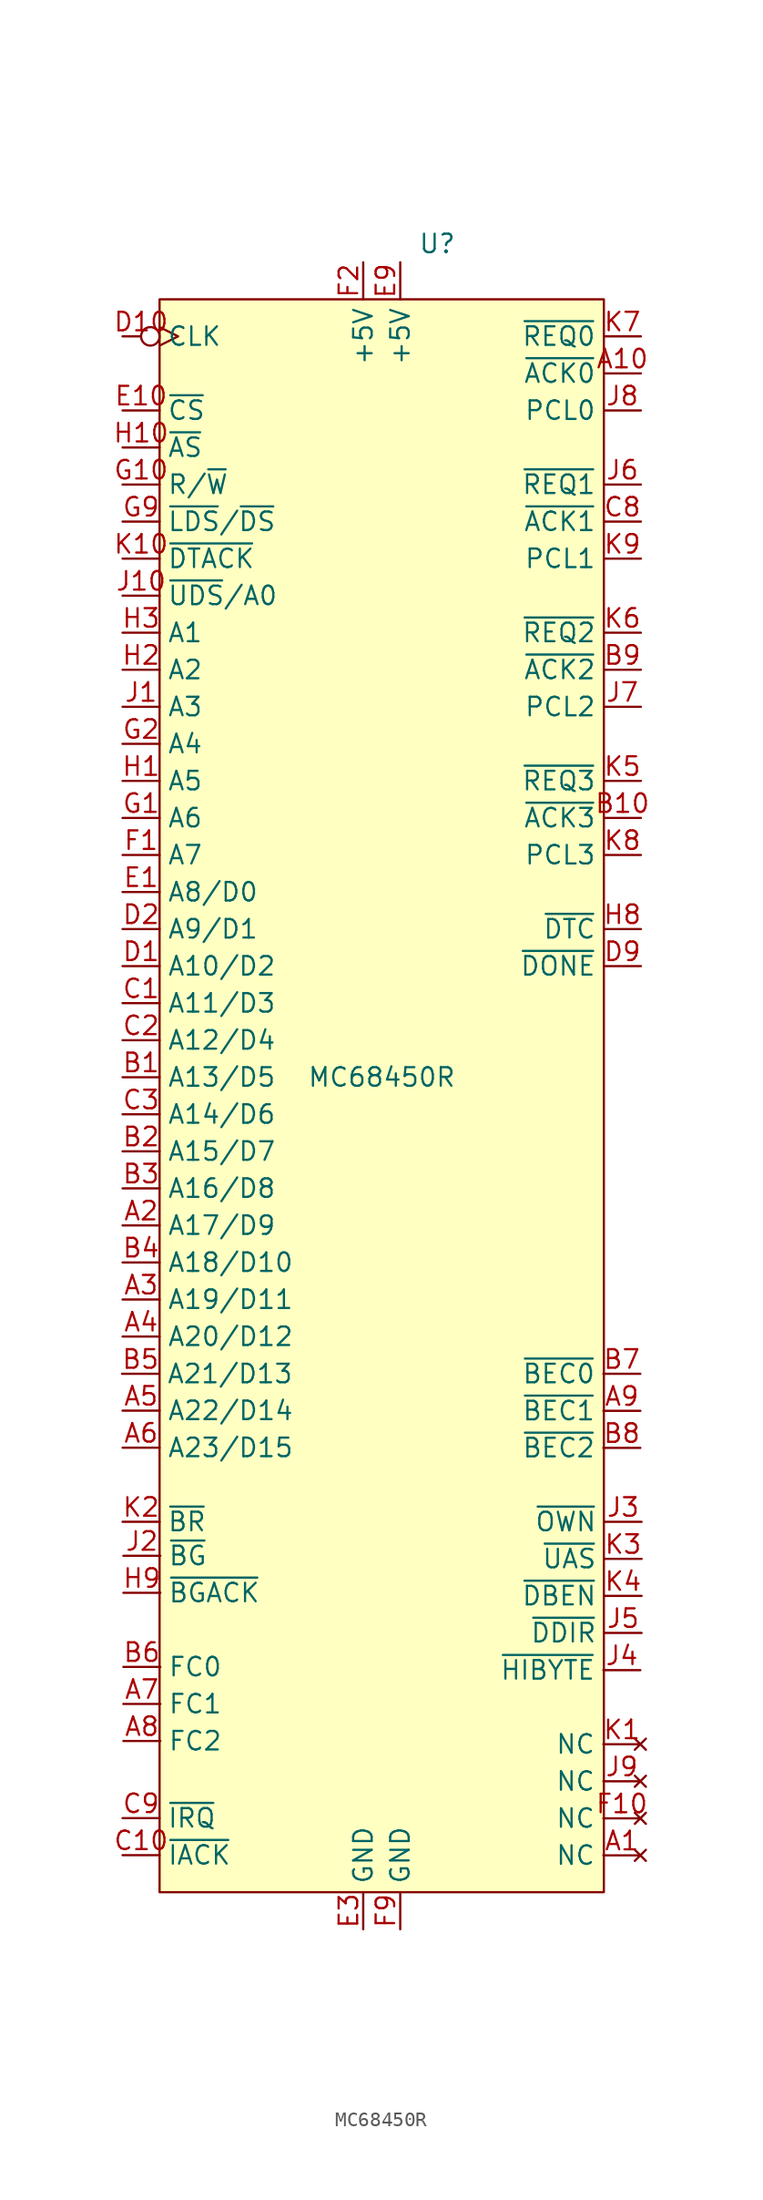
<source format=kicad_sym>
(kicad_symbol_lib
  (version 20220914)
  (generator kicad_symbol_editor)
  (symbol "MC68450R"
    (property "Reference" "U"
      (at 3.847 57.163 0)
      (effects (font (size 1.27 1.27))))
    (property "Value" "MC68450R"
      (at 0.037 0.013 0)
      (effects (font (size 1.27 1.27))))
    (symbol "MC68450R_1_1"
      (rectangle (start -15.203 53.353) (end 15.277 -55.867) (stroke (width 0) (type default)) (fill (type background)))
      (pin no_connect line (at 17.78 -53.34 180) (length 2.54) (name "NC" (effects (font (size 1.27 1.27)))) (number "A1" (effects (font (size 1.27 1.27)))))
      (pin output line (at 17.817 48.273 180) (length 2.54) (name "~{ACK0}" (effects (font (size 1.27 1.27)))) (number "A10" (effects (font (size 1.27 1.27)))))
      (pin bidirectional line (at -17.743 -10.147 0) (length 2.54) (name "A17/D9" (effects (font (size 1.27 1.27)))) (number "A2" (effects (font (size 1.27 1.27)))))
      (pin bidirectional line (at -17.743 -15.227 0) (length 2.54) (name "A19/D11" (effects (font (size 1.27 1.27)))) (number "A3" (effects (font (size 1.27 1.27)))))
      (pin bidirectional line (at -17.743 -17.767 0) (length 2.54) (name "A20/D12" (effects (font (size 1.27 1.27)))) (number "A4" (effects (font (size 1.27 1.27)))))
      (pin bidirectional line (at -17.743 -22.847 0) (length 2.54) (name "A22/D14" (effects (font (size 1.27 1.27)))) (number "A5" (effects (font (size 1.27 1.27)))))
      (pin bidirectional line (at -17.743 -25.387 0) (length 2.54) (name "A23/D15" (effects (font (size 1.27 1.27)))) (number "A6" (effects (font (size 1.27 1.27)))))
      (pin output line (at -17.688 -42.958 0) (length 2.54) (name "FC1" (effects (font (size 1.27 1.27)))) (number "A7" (effects (font (size 1.27 1.27)))))
      (pin output line (at -17.688 -45.498 0) (length 2.54) (name "FC2" (effects (font (size 1.27 1.27)))) (number "A8" (effects (font (size 1.27 1.27)))))
      (pin input line (at 17.78 -22.86 180) (length 2.54) (name "~{BEC1}" (effects (font (size 1.27 1.27)))) (number "A9" (effects (font (size 1.27 1.27)))))
      (pin bidirectional line (at -17.743 0.013 0) (length 2.54) (name "A13/D5" (effects (font (size 1.27 1.27)))) (number "B1" (effects (font (size 1.27 1.27)))))
      (pin output line (at 17.817 17.793 180) (length 2.54) (name "~{ACK3}" (effects (font (size 1.27 1.27)))) (number "B10" (effects (font (size 1.27 1.27)))))
      (pin bidirectional line (at -17.743 -5.067 0) (length 2.54) (name "A15/D7" (effects (font (size 1.27 1.27)))) (number "B2" (effects (font (size 1.27 1.27)))))
      (pin bidirectional line (at -17.743 -7.607 0) (length 2.54) (name "A16/D8" (effects (font (size 1.27 1.27)))) (number "B3" (effects (font (size 1.27 1.27)))))
      (pin bidirectional line (at -17.743 -12.687 0) (length 2.54) (name "A18/D10" (effects (font (size 1.27 1.27)))) (number "B4" (effects (font (size 1.27 1.27)))))
      (pin bidirectional line (at -17.78 -20.32 0) (length 2.54) (name "A21/D13" (effects (font (size 1.27 1.27)))) (number "B5" (effects (font (size 1.27 1.27)))))
      (pin output line (at -17.688 -40.418 0) (length 2.54) (name "FC0" (effects (font (size 1.27 1.27)))) (number "B6" (effects (font (size 1.27 1.27)))))
      (pin input line (at 17.78 -20.32 180) (length 2.54) (name "~{BEC0}" (effects (font (size 1.27 1.27)))) (number "B7" (effects (font (size 1.27 1.27)))))
      (pin input line (at 17.78 -25.4 180) (length 2.54) (name "~{BEC2}" (effects (font (size 1.27 1.27)))) (number "B8" (effects (font (size 1.27 1.27)))))
      (pin output line (at 17.817 27.953 180) (length 2.54) (name "~{ACK2}" (effects (font (size 1.27 1.27)))) (number "B9" (effects (font (size 1.27 1.27)))))
      (pin bidirectional line (at -17.743 5.093 0) (length 2.54) (name "A11/D3" (effects (font (size 1.27 1.27)))) (number "C1" (effects (font (size 1.27 1.27)))))
      (pin input line (at -17.743 -53.327 0) (length 2.54) (name "~{IACK}" (effects (font (size 1.27 1.27)))) (number "C10" (effects (font (size 1.27 1.27)))))
      (pin bidirectional line (at -17.743 2.553 0) (length 2.54) (name "A12/D4" (effects (font (size 1.27 1.27)))) (number "C2" (effects (font (size 1.27 1.27)))))
      (pin bidirectional line (at -17.743 -2.527 0) (length 2.54) (name "A14/D6" (effects (font (size 1.27 1.27)))) (number "C3" (effects (font (size 1.27 1.27)))))
      (pin output line (at 17.817 38.113 180) (length 2.54) (name "~{ACK1}" (effects (font (size 1.27 1.27)))) (number "C8" (effects (font (size 1.27 1.27)))))
      (pin output line (at -17.743 -50.787 0) (length 2.54) (name "~{IRQ}" (effects (font (size 1.27 1.27)))) (number "C9" (effects (font (size 1.27 1.27)))))
      (pin bidirectional line (at -17.743 7.633 0) (length 2.54) (name "A10/D2" (effects (font (size 1.27 1.27)))) (number "D1" (effects (font (size 1.27 1.27)))))
      (pin input inverted_clock (at -17.743 50.813 0) (length 2.54) (name "CLK" (effects (font (size 1.27 1.27)))) (number "D10" (effects (font (size 1.27 1.27)))))
      (pin bidirectional line (at -17.743 10.173 0) (length 2.54) (name "A9/D1" (effects (font (size 1.27 1.27)))) (number "D2" (effects (font (size 1.27 1.27)))))
      (pin bidirectional line (at 17.817 7.633 180) (length 2.54) (name "~{DONE}" (effects (font (size 1.27 1.27)))) (number "D9" (effects (font (size 1.27 1.27)))))
      (pin bidirectional line (at -17.743 12.713 0) (length 2.54) (name "A8/D0" (effects (font (size 1.27 1.27)))) (number "E1" (effects (font (size 1.27 1.27)))))
      (pin input line (at -17.743 45.733 0) (length 2.54) (name "~{CS}" (effects (font (size 1.27 1.27)))) (number "E10" (effects (font (size 1.27 1.27)))))
      (pin power_in line (at -1.233 -58.407 90) (length 2.54) (name "GND" (effects (font (size 1.27 1.27)))) (number "E3" (effects (font (size 1.27 1.27)))))
      (pin power_in line (at 1.307 55.893 270) (length 2.54) (name "+5V" (effects (font (size 1.27 1.27)))) (number "E9" (effects (font (size 1.27 1.27)))))
      (pin bidirectional line (at -17.743 15.253 0) (length 2.54) (name "A7" (effects (font (size 1.27 1.27)))) (number "F1" (effects (font (size 1.27 1.27)))))
      (pin no_connect line (at 17.78 -50.8 180) (length 2.54) (name "NC" (effects (font (size 1.27 1.27)))) (number "F10" (effects (font (size 1.27 1.27)))))
      (pin power_in line (at -1.233 55.893 270) (length 2.54) (name "+5V" (effects (font (size 1.27 1.27)))) (number "F2" (effects (font (size 1.27 1.27)))))
      (pin power_in line (at 1.307 -58.407 90) (length 2.54) (name "GND" (effects (font (size 1.27 1.27)))) (number "F9" (effects (font (size 1.27 1.27)))))
      (pin bidirectional line (at -17.743 17.793 0) (length 2.54) (name "A6" (effects (font (size 1.27 1.27)))) (number "G1" (effects (font (size 1.27 1.27)))))
      (pin bidirectional line (at -17.743 40.653 0) (length 2.54) (name "R/~{W}" (effects (font (size 1.27 1.27)))) (number "G10" (effects (font (size 1.27 1.27)))))
      (pin bidirectional line (at -17.743 22.873 0) (length 2.54) (name "A4" (effects (font (size 1.27 1.27)))) (number "G2" (effects (font (size 1.27 1.27)))))
      (pin bidirectional line (at -17.743 38.113 0) (length 2.54) (name "~{LDS}/~{DS}" (effects (font (size 1.27 1.27)))) (number "G9" (effects (font (size 1.27 1.27)))))
      (pin bidirectional line (at -17.743 20.333 0) (length 2.54) (name "A5" (effects (font (size 1.27 1.27)))) (number "H1" (effects (font (size 1.27 1.27)))))
      (pin bidirectional line (at -17.743 43.193 0) (length 2.54) (name "~{AS}" (effects (font (size 1.27 1.27)))) (number "H10" (effects (font (size 1.27 1.27)))))
      (pin bidirectional line (at -17.743 27.953 0) (length 2.54) (name "A2" (effects (font (size 1.27 1.27)))) (number "H2" (effects (font (size 1.27 1.27)))))
      (pin bidirectional line (at -17.743 30.493 0) (length 2.54) (name "A1" (effects (font (size 1.27 1.27)))) (number "H3" (effects (font (size 1.27 1.27)))))
      (pin output line (at 17.817 10.173 180) (length 2.54) (name "~{DTC}" (effects (font (size 1.27 1.27)))) (number "H8" (effects (font (size 1.27 1.27)))))
      (pin bidirectional line (at -17.688 -35.338 0) (length 2.54) (name "~{BGACK}" (effects (font (size 1.27 1.27)))) (number "H9" (effects (font (size 1.27 1.27)))))
      (pin bidirectional line (at -17.743 25.413 0) (length 2.54) (name "A3" (effects (font (size 1.27 1.27)))) (number "J1" (effects (font (size 1.27 1.27)))))
      (pin bidirectional line (at -17.743 33.033 0) (length 2.54) (name "~{UDS}/A0" (effects (font (size 1.27 1.27)))) (number "J10" (effects (font (size 1.27 1.27)))))
      (pin input line (at -17.688 -32.798 0) (length 2.54) (name "~{BG}" (effects (font (size 1.27 1.27)))) (number "J2" (effects (font (size 1.27 1.27)))))
      (pin output line (at 17.867 -30.469 180) (length 2.54) (name "~{OWN}" (effects (font (size 1.27 1.27)))) (number "J3" (effects (font (size 1.27 1.27)))))
      (pin output line (at 17.78 -40.64 180) (length 2.54) (name "~{HIBYTE}" (effects (font (size 1.27 1.27)))) (number "J4" (effects (font (size 1.27 1.27)))))
      (pin output line (at 17.867 -38.089 180) (length 2.54) (name "~{DDIR}" (effects (font (size 1.27 1.27)))) (number "J5" (effects (font (size 1.27 1.27)))))
      (pin input line (at 17.817 40.653 180) (length 2.54) (name "~{REQ1}" (effects (font (size 1.27 1.27)))) (number "J6" (effects (font (size 1.27 1.27)))))
      (pin bidirectional line (at 17.817 25.413 180) (length 2.54) (name "PCL2" (effects (font (size 1.27 1.27)))) (number "J7" (effects (font (size 1.27 1.27)))))
      (pin bidirectional line (at 17.817 45.733 180) (length 2.54) (name "PCL0" (effects (font (size 1.27 1.27)))) (number "J8" (effects (font (size 1.27 1.27)))))
      (pin no_connect line (at 17.78 -48.26 180) (length 2.54) (name "NC" (effects (font (size 1.27 1.27)))) (number "J9" (effects (font (size 1.27 1.27)))))
      (pin no_connect line (at 17.78 -45.72 180) (length 2.54) (name "NC" (effects (font (size 1.27 1.27)))) (number "K1" (effects (font (size 1.27 1.27)))))
      (pin bidirectional line (at -17.743 35.573 0) (length 2.54) (name "~{DTACK}" (effects (font (size 1.27 1.27)))) (number "K10" (effects (font (size 1.27 1.27)))))
      (pin output line (at -17.743 -30.467 0) (length 2.54) (name "~{BR}" (effects (font (size 1.27 1.27)))) (number "K2" (effects (font (size 1.27 1.27)))))
      (pin output line (at 17.867 -33.009 180) (length 2.54) (name "~{UAS}" (effects (font (size 1.27 1.27)))) (number "K3" (effects (font (size 1.27 1.27)))))
      (pin output line (at 17.867 -35.549 180) (length 2.54) (name "~{DBEN}" (effects (font (size 1.27 1.27)))) (number "K4" (effects (font (size 1.27 1.27)))))
      (pin input line (at 17.817 20.333 180) (length 2.54) (name "~{REQ3}" (effects (font (size 1.27 1.27)))) (number "K5" (effects (font (size 1.27 1.27)))))
      (pin input line (at 17.817 30.493 180) (length 2.54) (name "~{REQ2}" (effects (font (size 1.27 1.27)))) (number "K6" (effects (font (size 1.27 1.27)))))
      (pin input line (at 17.817 50.813 180) (length 2.54) (name "~{REQ0}" (effects (font (size 1.27 1.27)))) (number "K7" (effects (font (size 1.27 1.27)))))
      (pin bidirectional line (at 17.817 15.253 180) (length 2.54) (name "PCL3" (effects (font (size 1.27 1.27)))) (number "K8" (effects (font (size 1.27 1.27)))))
      (pin bidirectional line (at 17.817 35.573 180) (length 2.54) (name "PCL1" (effects (font (size 1.27 1.27)))) (number "K9" (effects (font (size 1.27 1.27))))))))
</source>
